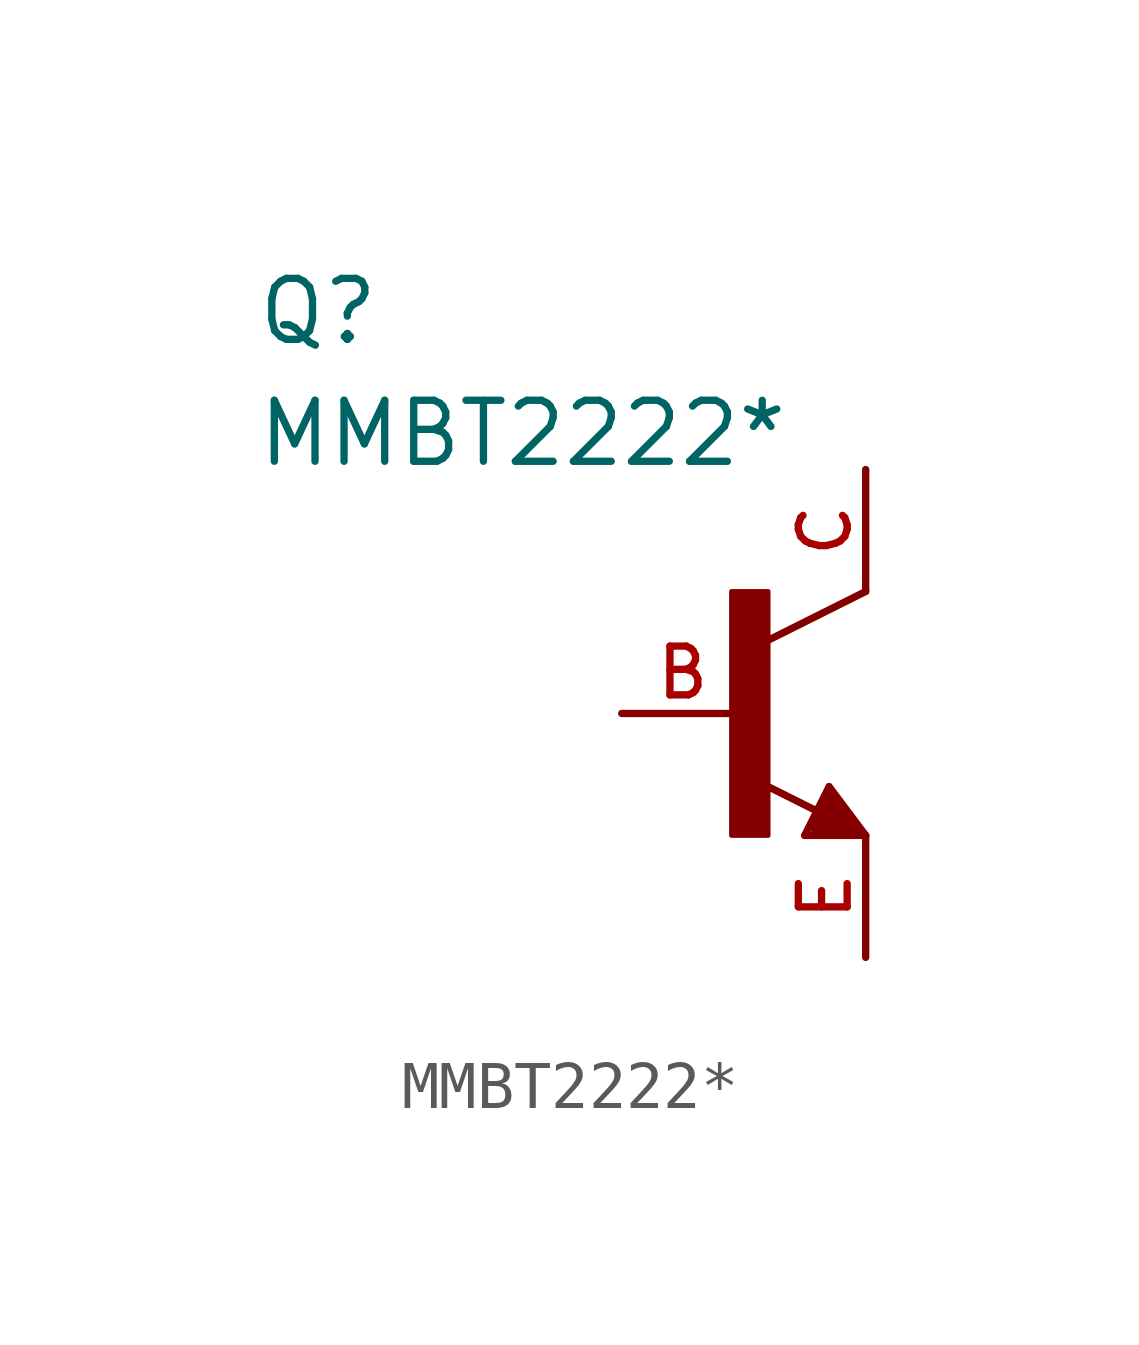
<source format=kicad_sym>
(kicad_symbol_lib
  (version 20211014)
  (generator kicad_symbol_editor)
  (symbol "MMBT2222*"
    (pin_names
      (offset 1.016))
    (property "Reference" "Q"
      (at -10.169 7.627 0)
      (effects (font (size 1.27 1.27)) (justify bottom left)))
    (property "Value" "MMBT2222*"
      (at -10.177 5.088 0)
      (effects (font (size 1.27 1.27)) (justify bottom left)))
    (symbol "MMBT2222*_0_0"
      (polyline (pts (xy 2.54 2.54) (xy 0.508 1.524)) (stroke (width 0.152)))
      (polyline (pts (xy 1.778 -1.524) (xy 2.54 -2.54)) (stroke (width 0.152)))
      (polyline (pts (xy 2.54 -2.54) (xy 1.27 -2.54)) (stroke (width 0.152)))
      (polyline (pts (xy 1.27 -2.54) (xy 1.778 -1.524)) (stroke (width 0.152)))
      (polyline (pts (xy 1.54 -2.04) (xy 0.308 -1.424)) (stroke (width 0.152)))
      (polyline (pts (xy 1.524 -2.413) (xy 2.286 -2.413)) (stroke (width 0.254)))
      (polyline (pts (xy 2.286 -2.413) (xy 1.778 -1.778)) (stroke (width 0.254)))
      (polyline (pts (xy 1.778 -1.778) (xy 1.524 -2.286)) (stroke (width 0.254)))
      (polyline (pts (xy 1.524 -2.286) (xy 1.905 -2.286)) (stroke (width 0.254)))
      (polyline (pts (xy 1.905 -2.286) (xy 1.778 -2.032)) (stroke (width 0.254)))
      (rectangle (start -0.254 -2.541) (end 0.508 2.54) (stroke (width 0.1)) (fill (type outline)))
      (pin passive line (at -2.54 0.0 0) (length 2.54) (name "~" (effects (font (size 1.016 1.016)))) (number "B" (effects (font (size 1.016 1.016)))))
      (pin passive line (at 2.54 -5.08 90.0) (length 2.54) (name "~" (effects (font (size 1.016 1.016)))) (number "E" (effects (font (size 1.016 1.016)))))
      (pin passive line (at 2.54 5.08 270.0) (length 2.54) (name "~" (effects (font (size 1.016 1.016)))) (number "C" (effects (font (size 1.016 1.016))))))))
</source>
